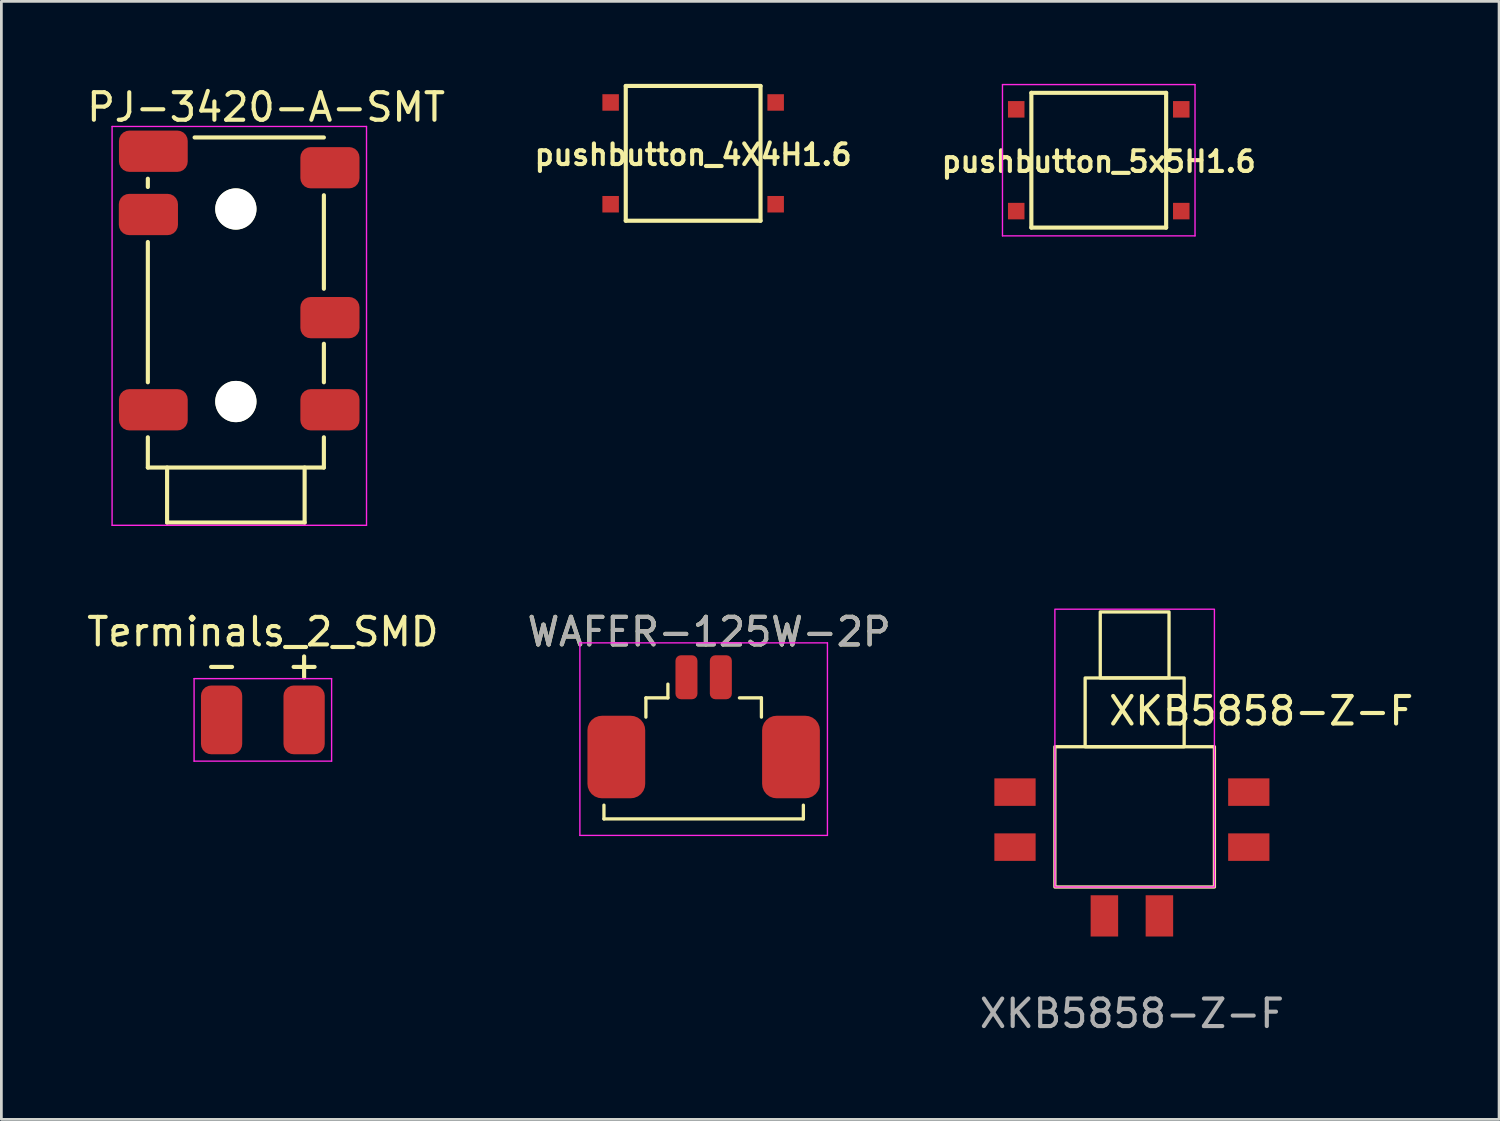
<source format=kicad_pcb>
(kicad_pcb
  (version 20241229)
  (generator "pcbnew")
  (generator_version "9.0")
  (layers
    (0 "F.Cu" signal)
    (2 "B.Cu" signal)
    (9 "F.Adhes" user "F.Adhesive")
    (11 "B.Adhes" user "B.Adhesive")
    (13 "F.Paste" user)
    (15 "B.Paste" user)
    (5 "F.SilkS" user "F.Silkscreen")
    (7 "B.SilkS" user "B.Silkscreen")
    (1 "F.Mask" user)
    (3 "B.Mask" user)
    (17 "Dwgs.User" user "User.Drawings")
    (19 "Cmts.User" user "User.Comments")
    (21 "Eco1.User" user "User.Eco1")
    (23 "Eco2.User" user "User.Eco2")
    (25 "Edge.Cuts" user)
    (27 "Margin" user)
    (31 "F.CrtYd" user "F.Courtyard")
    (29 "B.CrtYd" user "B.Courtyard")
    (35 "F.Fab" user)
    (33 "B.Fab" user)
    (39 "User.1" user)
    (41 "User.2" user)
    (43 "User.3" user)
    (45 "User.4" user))
  (footprint "PJ-3420-A-SMT"
    (layer "F.Cu")
    (at 5.525 4.548)
    (property "Reference" "PJ-3420-A-SMT" (at 1.1 -3.7 0) (layer "F.SilkS") (effects (font (size 1 1) (thickness 0.15))))
    (attr through_hole)
    (fp_line (start -3.2 -0.8) (end -3.2 -1.1) (stroke (width 0.15) (type solid)) (layer "F.SilkS"))
    (fp_line (start -3.2 6.3) (end -3.2 1.2) (stroke (width 0.15) (type solid)) (layer "F.SilkS"))
    (fp_line (start -3.2 9.4) (end -3.2 8.3) (stroke (width 0.15) (type solid)) (layer "F.SilkS"))
    (fp_line (start -3.2 9.4) (end 3.2 9.4) (stroke (width 0.15) (type solid)) (layer "F.SilkS"))
    (fp_line (start -2.5 11.4) (end -2.5 9.4) (stroke (width 0.15) (type solid)) (layer "F.SilkS"))
    (fp_line (start -2.5 11.4) (end 2.5 11.4) (stroke (width 0.15) (type solid)) (layer "F.SilkS"))
    (fp_line (start -1.5 -2.6) (end 3.2 -2.6) (stroke (width 0.15) (type solid)) (layer "F.SilkS"))
    (fp_line (start 2.5 11.4) (end 2.5 9.4) (stroke (width 0.15) (type solid)) (layer "F.SilkS"))
    (fp_line (start 3.2 -0.5) (end 3.2 2.9) (stroke (width 0.15) (type solid)) (layer "F.SilkS"))
    (fp_line (start 3.2 4.9) (end 3.2 6.3) (stroke (width 0.15) (type solid)) (layer "F.SilkS"))
    (fp_line (start 3.2 9.4) (end 3.2 8.3) (stroke (width 0.15) (type solid)) (layer "F.SilkS"))
    (fp_line (start -4.5 -3) (end 4.75 -3) (stroke (width 0.05) (type solid)) (layer "F.CrtYd"))
    (fp_line (start -4.5 11.5) (end -4.5 -3) (stroke (width 0.05) (type solid)) (layer "F.CrtYd"))
    (fp_line (start 4.75 -3) (end 4.75 11.5) (stroke (width 0.05) (type solid)) (layer "F.CrtYd"))
    (fp_line (start 4.75 11.5) (end -4.5 11.5) (stroke (width 0.05) (type solid)) (layer "F.CrtYd"))
    (pad "" np_thru_hole circle (at 0 0) (size 1.5 1.5) (drill 1.5) (layers "*.Cu" "*.Mask" "F.SilkS"))
    (pad "" np_thru_hole circle (at 0 7) (size 1.5 1.5) (drill 1.5) (layers "*.Cu" "*.Mask" "F.SilkS"))
    (pad "1" smd roundrect (at 3.42 7.3) (size 2.15 1.5) (layers "F.Cu" "F.Mask" "F.Paste") (roundrect_rratio 0.25))
    (pad "2" smd roundrect (at -3 7.3) (size 2.5 1.5) (layers "F.Cu" "F.Mask" "F.Paste") (roundrect_rratio 0.25))
    (pad "3" smd roundrect (at 3.42 3.95) (size 2.15 1.5) (layers "F.Cu" "F.Mask" "F.Paste") (roundrect_rratio 0.25))
    (pad "4" smd roundrect (at -3.18 0.2) (size 2.15 1.5) (layers "F.Cu" "F.Mask" "F.Paste") (roundrect_rratio 0.25))
    (pad "5" smd roundrect (at -3 -2.1) (size 2.5 1.5) (layers "F.Cu" "F.Mask" "F.Paste") (roundrect_rratio 0.25))
    (pad "6" smd roundrect (at 3.42 -1.5) (size 2.15 1.5) (layers "F.Cu" "F.Mask" "F.Paste") (roundrect_rratio 0.25)))
  (footprint "XKB5858-Z-F"
    (layer "F.Cu")
    (at 38.201 26.698)
    (property "Reference" "XKB5858-Z-F" (at 4.6 -3.9 0) (unlocked yes) (layer "F.SilkS") (effects (font (size 1 1) (thickness 0.15))))
    (attr smd)
    (fp_rect (start -2.9 2.5) (end 2.9 -2.6) (stroke (width 0.12) (type solid)) (fill no) (layer "F.SilkS"))
    (fp_rect (start -1.8 -2.6) (end 1.8 -5.1) (stroke (width 0.12) (type solid)) (fill no) (layer "F.SilkS"))
    (fp_rect (start -1.25 -5.1) (end 1.25 -7.5) (stroke (width 0.12) (type solid)) (fill no) (layer "F.SilkS"))
    (fp_rect (start -2.9 2.5) (end 2.9 -7.6) (stroke (width 0.05) (type solid)) (fill no) (layer "F.CrtYd"))
    (fp_text user "${REFERENCE}" (at -0.1 7.1 0) (unlocked yes) (layer "F.Fab") (effects (font (size 1 1) (thickness 0.15))))
    (pad "1" smd rect (at -4.35 -0.95) (size 1.5 1) (layers "F.Cu" "F.Mask" "F.Paste"))
    (pad "2" smd rect (at -4.35 1.05) (size 1.5 1) (layers "F.Cu" "F.Mask" "F.Paste"))
    (pad "3" smd rect (at 4.15 -0.95) (size 1.5 1) (layers "F.Cu" "F.Mask" "F.Paste"))
    (pad "4" smd rect (at 4.15 1.05) (size 1.5 1) (layers "F.Cu" "F.Mask" "F.Paste"))
    (pad "5" smd rect (at -1.1 3.55 90) (size 1.5 1) (layers "F.Cu" "F.Mask" "F.Paste"))
    (pad "6" smd rect (at 0.9 3.55 90) (size 1.5 1) (layers "F.Cu" "F.Mask" "F.Paste")))
  (footprint "pushbutton_4X4H1.6"
    (layer "F.Cu")
    (at 22.15 1.275)
    (property "Reference" "pushbutton_4X4H1.6" (at 0 1.3 0) (layer "F.SilkS") (effects (font (size 0.75 0.75) (thickness 0.15))))
    (attr through_hole)
    (fp_line (start -2.45 -1.2) (end -2.45 3.7) (stroke (width 0.15) (type solid)) (layer "F.SilkS"))
    (fp_line (start -2.45 3.7) (end 2.45 3.7) (stroke (width 0.15) (type solid)) (layer "F.SilkS"))
    (fp_line (start 2.45 -1.2) (end -2.45 -1.2) (stroke (width 0.15) (type solid)) (layer "F.SilkS"))
    (fp_line (start 2.45 3.7) (end 2.45 -1.2) (stroke (width 0.15) (type solid)) (layer "F.SilkS"))
    (pad "1" smd rect (at -3 3.1) (size 0.6 0.6) (layers "F.Cu" "F.Mask" "F.Paste"))
    (pad "2" smd rect (at -3 -0.6) (size 0.6 0.6) (layers "F.Cu" "F.Mask" "F.Paste"))
    (pad "3" smd rect (at 3 3.1) (size 0.6 0.6) (layers "F.Cu" "F.Mask" "F.Paste"))
    (pad "4" smd rect (at 3 -0.6) (size 0.6 0.6) (layers "F.Cu" "F.Mask" "F.Paste")))
  (footprint "WAFER-125W-2P"
    (layer "F.Cu")
    (at 22.532 22.822)
    (property "Reference" "WAFER-125W-2P" (at 0.2 -2.9 0) (unlocked yes) (layer "F.SilkS") (effects (font (size 1 1) (thickness 0.15))))
    (attr smd)
    (fp_line (start -3.625 3.9) (end -3.625 3.4) (stroke (width 0.12) (type solid)) (layer "F.SilkS"))
    (fp_line (start -2.1 -0.5) (end -2.1 0.2) (stroke (width 0.12) (type solid)) (layer "F.SilkS"))
    (fp_line (start -1.3 -0.5) (end -2.1 -0.5) (stroke (width 0.12) (type solid)) (layer "F.SilkS"))
    (fp_line (start -1.3 -0.5) (end -1.3 -1) (stroke (width 0.12) (type solid)) (layer "F.SilkS"))
    (fp_line (start 1.3 -0.5) (end 2.1 -0.5) (stroke (width 0.12) (type solid)) (layer "F.SilkS"))
    (fp_line (start 2.1 -0.5) (end 2.1 0.2) (stroke (width 0.12) (type solid)) (layer "F.SilkS"))
    (fp_line (start 3.625 3.9) (end -3.625 3.9) (stroke (width 0.12) (type solid)) (layer "F.SilkS"))
    (fp_line (start 3.625 3.9) (end 3.625 3.4) (stroke (width 0.12) (type solid)) (layer "F.SilkS"))
    (fp_line (start -4.5 -2.5) (end 4.5 -2.5) (stroke (width 0.05) (type solid)) (layer "F.CrtYd"))
    (fp_line (start -4.5 4.5) (end -4.5 -2.5) (stroke (width 0.05) (type solid)) (layer "F.CrtYd"))
    (fp_line (start 4.5 -2.5) (end 4.5 4.5) (stroke (width 0.05) (type solid)) (layer "F.CrtYd"))
    (fp_line (start 4.5 4.5) (end -4.5 4.5) (stroke (width 0.05) (type solid)) (layer "F.CrtYd"))
    (fp_text user "${REFERENCE}" (at 0.2 -2.9 0) (unlocked yes) (layer "F.Fab") (effects (font (size 1 1) (thickness 0.15))))
    (pad "1" smd roundrect (at -0.625 -1.25) (size 0.8 1.6) (layers "F.Cu" "F.Mask" "F.Paste") (roundrect_rratio 0.25))
    (pad "2" smd roundrect (at 0.625 -1.25) (size 0.8 1.6) (layers "F.Cu" "F.Mask" "F.Paste") (roundrect_rratio 0.25))
    (pad "MP" smd roundrect (at -3.175 1.65) (size 2.1 3) (layers "F.Cu" "F.Mask" "F.Paste") (roundrect_rratio 0.25))
    (pad "MP" smd roundrect (at 3.175 1.65) (size 2.1 3) (layers "F.Cu" "F.Mask" "F.Paste") (roundrect_rratio 0.25)))
  (footprint "Terminals_2_SMD"
    (layer "F.Cu")
    (at 6.506 23.122)
    (property "Reference" "Terminals_2_SMD" (at 0 -3.2 0) (layer "F.SilkS") (effects (font (size 1 1) (thickness 0.15))))
    (attr through_hole)
    (fp_line (start -2.5 -1.5) (end 2.5 -1.5) (stroke (width 0.05) (type solid)) (layer "F.CrtYd"))
    (fp_line (start -2.5 1.5) (end -2.5 -1.5) (stroke (width 0.05) (type solid)) (layer "F.CrtYd"))
    (fp_line (start 2.5 -1.5) (end 2.5 1.5) (stroke (width 0.05) (type solid)) (layer "F.CrtYd"))
    (fp_line (start 2.5 1.5) (end -2.5 1.5) (stroke (width 0.05) (type solid)) (layer "F.CrtYd"))
    (fp_text user "+" (at 1.5 -2 0) (layer "F.SilkS") (effects (font (size 1 1) (thickness 0.15))))
    (fp_text user "-" (at -1.5 -2 0) (layer "F.SilkS") (effects (font (size 1 1) (thickness 0.15))))
    (pad "1" smd roundrect (at 1.5 0) (size 1.5 2.5) (layers "F.Cu" "F.Mask" "F.Paste") (roundrect_rratio 0.25))
    (pad "2" smd roundrect (at -1.5 0) (size 1.5 2.5) (layers "F.Cu" "F.Mask" "F.Paste") (roundrect_rratio 0.25)))
  (footprint "pushbutton_5x5H1.6"
    (layer "F.Cu")
    (at 36.896 1.525)
    (property "Reference" "pushbutton_5x5H1.6" (at 0 1.3 0) (layer "F.SilkS") (effects (font (size 0.75 0.75) (thickness 0.15))))
    (attr through_hole)
    (fp_line (start -2.45 -1.2) (end -2.45 3.7) (stroke (width 0.15) (type solid)) (layer "F.SilkS"))
    (fp_line (start -2.45 3.7) (end 2.45 3.7) (stroke (width 0.15) (type solid)) (layer "F.SilkS"))
    (fp_line (start 2.45 -1.2) (end -2.45 -1.2) (stroke (width 0.15) (type solid)) (layer "F.SilkS"))
    (fp_line (start 2.45 3.7) (end 2.45 -1.2) (stroke (width 0.15) (type solid)) (layer "F.SilkS"))
    (fp_line (start -3.5 -1.5) (end 3.5 -1.5) (stroke (width 0.05) (type solid)) (layer "F.CrtYd"))
    (fp_line (start -3.5 4) (end -3.5 -1.5) (stroke (width 0.05) (type solid)) (layer "F.CrtYd"))
    (fp_line (start 3.5 -1.5) (end 3.5 4) (stroke (width 0.05) (type solid)) (layer "F.CrtYd"))
    (fp_line (start 3.5 4) (end -3.5 4) (stroke (width 0.05) (type solid)) (layer "F.CrtYd"))
    (pad "1" smd rect (at -3 3.1) (size 0.6 0.6) (layers "F.Cu" "F.Mask" "F.Paste"))
    (pad "2" smd rect (at -3 -0.6) (size 0.6 0.6) (layers "F.Cu" "F.Mask" "F.Paste"))
    (pad "3" smd rect (at 3 3.1) (size 0.6 0.6) (layers "F.Cu" "F.Mask" "F.Paste"))
    (pad "4" smd rect (at 3 -0.6) (size 0.6 0.6) (layers "F.Cu" "F.Mask" "F.Paste")))
  (gr_rect
    (start -3 -3)
    (end 51.45 37.647)
    (stroke (width 0.1) (type default))
    (fill no)
    (layer "Edge.Cuts")))
</source>
